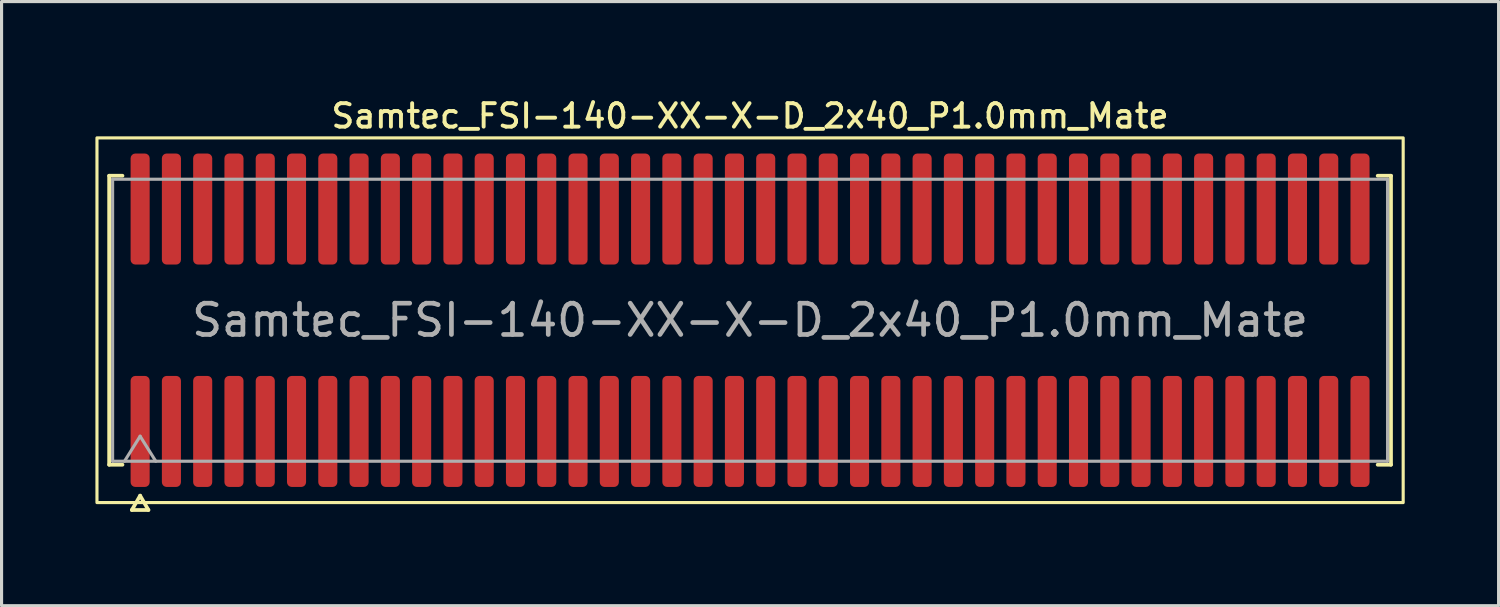
<source format=kicad_pcb>
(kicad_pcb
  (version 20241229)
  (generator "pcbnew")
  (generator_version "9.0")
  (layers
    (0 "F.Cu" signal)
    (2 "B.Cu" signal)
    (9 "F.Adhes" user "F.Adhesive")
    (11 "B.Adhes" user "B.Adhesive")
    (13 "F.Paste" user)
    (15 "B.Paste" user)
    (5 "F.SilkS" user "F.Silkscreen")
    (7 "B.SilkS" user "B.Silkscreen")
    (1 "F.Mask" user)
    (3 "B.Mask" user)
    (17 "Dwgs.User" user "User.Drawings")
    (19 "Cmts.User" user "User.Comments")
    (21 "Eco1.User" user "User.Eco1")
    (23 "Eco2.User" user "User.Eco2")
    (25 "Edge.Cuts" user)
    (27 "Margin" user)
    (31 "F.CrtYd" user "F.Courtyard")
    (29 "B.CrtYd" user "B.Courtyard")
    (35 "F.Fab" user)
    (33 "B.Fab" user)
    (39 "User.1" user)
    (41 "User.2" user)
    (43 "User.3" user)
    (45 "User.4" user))
  (footprint "Samtec_FSI-140-XX-X-D_2x40_P1.0mm_Mate"
    (layer "F.Cu")
    (at 20.93 7.188)
    (property "Reference" "Samtec_FSI-140-XX-X-D_2x40_P1.0mm_Mate" (at 0 -6.53 0) (layer "F.SilkS") (effects (font (size 0.75 0.75) (thickness 0.125))))
    (attr exclude_from_pos_files exclude_from_bom)
    (fp_line (start -20.49 -4.619) (end -20.065 -4.619) (stroke (width 0.12) (type solid)) (layer "F.SilkS"))
    (fp_line (start -20.49 4.619) (end -20.49 -4.619) (stroke (width 0.12) (type solid)) (layer "F.SilkS"))
    (fp_line (start -20.065 4.619) (end -20.49 4.619) (stroke (width 0.12) (type solid)) (layer "F.SilkS"))
    (fp_line (start -19.764 6.066) (end -19.5 5.609) (stroke (width 0.12) (type solid)) (layer "F.SilkS"))
    (fp_line (start -19.5 5.609) (end -19.236 6.066) (stroke (width 0.12) (type solid)) (layer "F.SilkS"))
    (fp_line (start -19.236 6.066) (end -19.764 6.066) (stroke (width 0.12) (type solid)) (layer "F.SilkS"))
    (fp_line (start 20.065 -4.619) (end 20.49 -4.619) (stroke (width 0.12) (type solid)) (layer "F.SilkS"))
    (fp_line (start 20.49 -4.619) (end 20.49 4.619) (stroke (width 0.12) (type solid)) (layer "F.SilkS"))
    (fp_line (start 20.49 4.619) (end 20.065 4.619) (stroke (width 0.12) (type solid)) (layer "F.SilkS"))
    (fp_rect (start -20.88 -5.83) (end 20.88 5.83) (stroke (width 0.1) (type solid)) (fill no) (layer "F.SilkS"))
    (fp_line (start -20.38 -4.508) (end 20.38 -4.508) (stroke (width 0.1) (type solid)) (layer "F.Fab"))
    (fp_line (start -20.38 4.508) (end -20.38 -4.508) (stroke (width 0.1) (type solid)) (layer "F.Fab"))
    (fp_line (start -20 4.508) (end -19.5 3.708) (stroke (width 0.1) (type solid)) (layer "F.Fab"))
    (fp_line (start -19.5 3.708) (end -19 4.508) (stroke (width 0.1) (type solid)) (layer "F.Fab"))
    (fp_line (start 20.38 -4.508) (end 20.38 4.508) (stroke (width 0.1) (type solid)) (layer "F.Fab"))
    (fp_line (start 20.38 4.508) (end -20.38 4.508) (stroke (width 0.1) (type solid)) (layer "F.Fab"))
    (fp_text user "${REFERENCE}" (at 0 0 0) (layer "F.Fab") (effects (font (size 1 1) (thickness 0.15))))
    (pad "1" smd roundrect (at -19.5 3.555) (size 0.61 3.55) (layers "F.Cu" "F.Mask") (roundrect_rratio 0.25))
    (pad "2" smd roundrect (at -19.5 -3.555) (size 0.61 3.55) (layers "F.Cu" "F.Mask") (roundrect_rratio 0.25))
    (pad "3" smd roundrect (at -18.5 3.555) (size 0.61 3.55) (layers "F.Cu" "F.Mask") (roundrect_rratio 0.25))
    (pad "4" smd roundrect (at -18.5 -3.555) (size 0.61 3.55) (layers "F.Cu" "F.Mask") (roundrect_rratio 0.25))
    (pad "5" smd roundrect (at -17.5 3.555) (size 0.61 3.55) (layers "F.Cu" "F.Mask") (roundrect_rratio 0.25))
    (pad "6" smd roundrect (at -17.5 -3.555) (size 0.61 3.55) (layers "F.Cu" "F.Mask") (roundrect_rratio 0.25))
    (pad "7" smd roundrect (at -16.5 3.555) (size 0.61 3.55) (layers "F.Cu" "F.Mask") (roundrect_rratio 0.25))
    (pad "8" smd roundrect (at -16.5 -3.555) (size 0.61 3.55) (layers "F.Cu" "F.Mask") (roundrect_rratio 0.25))
    (pad "9" smd roundrect (at -15.5 3.555) (size 0.61 3.55) (layers "F.Cu" "F.Mask") (roundrect_rratio 0.25))
    (pad "10" smd roundrect (at -15.5 -3.555) (size 0.61 3.55) (layers "F.Cu" "F.Mask") (roundrect_rratio 0.25))
    (pad "11" smd roundrect (at -14.5 3.555) (size 0.61 3.55) (layers "F.Cu" "F.Mask") (roundrect_rratio 0.25))
    (pad "12" smd roundrect (at -14.5 -3.555) (size 0.61 3.55) (layers "F.Cu" "F.Mask") (roundrect_rratio 0.25))
    (pad "13" smd roundrect (at -13.5 3.555) (size 0.61 3.55) (layers "F.Cu" "F.Mask") (roundrect_rratio 0.25))
    (pad "14" smd roundrect (at -13.5 -3.555) (size 0.61 3.55) (layers "F.Cu" "F.Mask") (roundrect_rratio 0.25))
    (pad "15" smd roundrect (at -12.5 3.555) (size 0.61 3.55) (layers "F.Cu" "F.Mask") (roundrect_rratio 0.25))
    (pad "16" smd roundrect (at -12.5 -3.555) (size 0.61 3.55) (layers "F.Cu" "F.Mask") (roundrect_rratio 0.25))
    (pad "17" smd roundrect (at -11.5 3.555) (size 0.61 3.55) (layers "F.Cu" "F.Mask") (roundrect_rratio 0.25))
    (pad "18" smd roundrect (at -11.5 -3.555) (size 0.61 3.55) (layers "F.Cu" "F.Mask") (roundrect_rratio 0.25))
    (pad "19" smd roundrect (at -10.5 3.555) (size 0.61 3.55) (layers "F.Cu" "F.Mask") (roundrect_rratio 0.25))
    (pad "20" smd roundrect (at -10.5 -3.555) (size 0.61 3.55) (layers "F.Cu" "F.Mask") (roundrect_rratio 0.25))
    (pad "21" smd roundrect (at -9.5 3.555) (size 0.61 3.55) (layers "F.Cu" "F.Mask") (roundrect_rratio 0.25))
    (pad "22" smd roundrect (at -9.5 -3.555) (size 0.61 3.55) (layers "F.Cu" "F.Mask") (roundrect_rratio 0.25))
    (pad "23" smd roundrect (at -8.5 3.555) (size 0.61 3.55) (layers "F.Cu" "F.Mask") (roundrect_rratio 0.25))
    (pad "24" smd roundrect (at -8.5 -3.555) (size 0.61 3.55) (layers "F.Cu" "F.Mask") (roundrect_rratio 0.25))
    (pad "25" smd roundrect (at -7.5 3.555) (size 0.61 3.55) (layers "F.Cu" "F.Mask") (roundrect_rratio 0.25))
    (pad "26" smd roundrect (at -7.5 -3.555) (size 0.61 3.55) (layers "F.Cu" "F.Mask") (roundrect_rratio 0.25))
    (pad "27" smd roundrect (at -6.5 3.555) (size 0.61 3.55) (layers "F.Cu" "F.Mask") (roundrect_rratio 0.25))
    (pad "28" smd roundrect (at -6.5 -3.555) (size 0.61 3.55) (layers "F.Cu" "F.Mask") (roundrect_rratio 0.25))
    (pad "29" smd roundrect (at -5.5 3.555) (size 0.61 3.55) (layers "F.Cu" "F.Mask") (roundrect_rratio 0.25))
    (pad "30" smd roundrect (at -5.5 -3.555) (size 0.61 3.55) (layers "F.Cu" "F.Mask") (roundrect_rratio 0.25))
    (pad "31" smd roundrect (at -4.5 3.555) (size 0.61 3.55) (layers "F.Cu" "F.Mask") (roundrect_rratio 0.25))
    (pad "32" smd roundrect (at -4.5 -3.555) (size 0.61 3.55) (layers "F.Cu" "F.Mask") (roundrect_rratio 0.25))
    (pad "33" smd roundrect (at -3.5 3.555) (size 0.61 3.55) (layers "F.Cu" "F.Mask") (roundrect_rratio 0.25))
    (pad "34" smd roundrect (at -3.5 -3.555) (size 0.61 3.55) (layers "F.Cu" "F.Mask") (roundrect_rratio 0.25))
    (pad "35" smd roundrect (at -2.5 3.555) (size 0.61 3.55) (layers "F.Cu" "F.Mask") (roundrect_rratio 0.25))
    (pad "36" smd roundrect (at -2.5 -3.555) (size 0.61 3.55) (layers "F.Cu" "F.Mask") (roundrect_rratio 0.25))
    (pad "37" smd roundrect (at -1.5 3.555) (size 0.61 3.55) (layers "F.Cu" "F.Mask") (roundrect_rratio 0.25))
    (pad "38" smd roundrect (at -1.5 -3.555) (size 0.61 3.55) (layers "F.Cu" "F.Mask") (roundrect_rratio 0.25))
    (pad "39" smd roundrect (at -0.5 3.555) (size 0.61 3.55) (layers "F.Cu" "F.Mask") (roundrect_rratio 0.25))
    (pad "40" smd roundrect (at -0.5 -3.555) (size 0.61 3.55) (layers "F.Cu" "F.Mask") (roundrect_rratio 0.25))
    (pad "41" smd roundrect (at 0.5 3.555) (size 0.61 3.55) (layers "F.Cu" "F.Mask") (roundrect_rratio 0.25))
    (pad "42" smd roundrect (at 0.5 -3.555) (size 0.61 3.55) (layers "F.Cu" "F.Mask") (roundrect_rratio 0.25))
    (pad "43" smd roundrect (at 1.5 3.555) (size 0.61 3.55) (layers "F.Cu" "F.Mask") (roundrect_rratio 0.25))
    (pad "44" smd roundrect (at 1.5 -3.555) (size 0.61 3.55) (layers "F.Cu" "F.Mask") (roundrect_rratio 0.25))
    (pad "45" smd roundrect (at 2.5 3.555) (size 0.61 3.55) (layers "F.Cu" "F.Mask") (roundrect_rratio 0.25))
    (pad "46" smd roundrect (at 2.5 -3.555) (size 0.61 3.55) (layers "F.Cu" "F.Mask") (roundrect_rratio 0.25))
    (pad "47" smd roundrect (at 3.5 3.555) (size 0.61 3.55) (layers "F.Cu" "F.Mask") (roundrect_rratio 0.25))
    (pad "48" smd roundrect (at 3.5 -3.555) (size 0.61 3.55) (layers "F.Cu" "F.Mask") (roundrect_rratio 0.25))
    (pad "49" smd roundrect (at 4.5 3.555) (size 0.61 3.55) (layers "F.Cu" "F.Mask") (roundrect_rratio 0.25))
    (pad "50" smd roundrect (at 4.5 -3.555) (size 0.61 3.55) (layers "F.Cu" "F.Mask") (roundrect_rratio 0.25))
    (pad "51" smd roundrect (at 5.5 3.555) (size 0.61 3.55) (layers "F.Cu" "F.Mask") (roundrect_rratio 0.25))
    (pad "52" smd roundrect (at 5.5 -3.555) (size 0.61 3.55) (layers "F.Cu" "F.Mask") (roundrect_rratio 0.25))
    (pad "53" smd roundrect (at 6.5 3.555) (size 0.61 3.55) (layers "F.Cu" "F.Mask") (roundrect_rratio 0.25))
    (pad "54" smd roundrect (at 6.5 -3.555) (size 0.61 3.55) (layers "F.Cu" "F.Mask") (roundrect_rratio 0.25))
    (pad "55" smd roundrect (at 7.5 3.555) (size 0.61 3.55) (layers "F.Cu" "F.Mask") (roundrect_rratio 0.25))
    (pad "56" smd roundrect (at 7.5 -3.555) (size 0.61 3.55) (layers "F.Cu" "F.Mask") (roundrect_rratio 0.25))
    (pad "57" smd roundrect (at 8.5 3.555) (size 0.61 3.55) (layers "F.Cu" "F.Mask") (roundrect_rratio 0.25))
    (pad "58" smd roundrect (at 8.5 -3.555) (size 0.61 3.55) (layers "F.Cu" "F.Mask") (roundrect_rratio 0.25))
    (pad "59" smd roundrect (at 9.5 3.555) (size 0.61 3.55) (layers "F.Cu" "F.Mask") (roundrect_rratio 0.25))
    (pad "60" smd roundrect (at 9.5 -3.555) (size 0.61 3.55) (layers "F.Cu" "F.Mask") (roundrect_rratio 0.25))
    (pad "61" smd roundrect (at 10.5 3.555) (size 0.61 3.55) (layers "F.Cu" "F.Mask") (roundrect_rratio 0.25))
    (pad "62" smd roundrect (at 10.5 -3.555) (size 0.61 3.55) (layers "F.Cu" "F.Mask") (roundrect_rratio 0.25))
    (pad "63" smd roundrect (at 11.5 3.555) (size 0.61 3.55) (layers "F.Cu" "F.Mask") (roundrect_rratio 0.25))
    (pad "64" smd roundrect (at 11.5 -3.555) (size 0.61 3.55) (layers "F.Cu" "F.Mask") (roundrect_rratio 0.25))
    (pad "65" smd roundrect (at 12.5 3.555) (size 0.61 3.55) (layers "F.Cu" "F.Mask") (roundrect_rratio 0.25))
    (pad "66" smd roundrect (at 12.5 -3.555) (size 0.61 3.55) (layers "F.Cu" "F.Mask") (roundrect_rratio 0.25))
    (pad "67" smd roundrect (at 13.5 3.555) (size 0.61 3.55) (layers "F.Cu" "F.Mask") (roundrect_rratio 0.25))
    (pad "68" smd roundrect (at 13.5 -3.555) (size 0.61 3.55) (layers "F.Cu" "F.Mask") (roundrect_rratio 0.25))
    (pad "69" smd roundrect (at 14.5 3.555) (size 0.61 3.55) (layers "F.Cu" "F.Mask") (roundrect_rratio 0.25))
    (pad "70" smd roundrect (at 14.5 -3.555) (size 0.61 3.55) (layers "F.Cu" "F.Mask") (roundrect_rratio 0.25))
    (pad "71" smd roundrect (at 15.5 3.555) (size 0.61 3.55) (layers "F.Cu" "F.Mask") (roundrect_rratio 0.25))
    (pad "72" smd roundrect (at 15.5 -3.555) (size 0.61 3.55) (layers "F.Cu" "F.Mask") (roundrect_rratio 0.25))
    (pad "73" smd roundrect (at 16.5 3.555) (size 0.61 3.55) (layers "F.Cu" "F.Mask") (roundrect_rratio 0.25))
    (pad "74" smd roundrect (at 16.5 -3.555) (size 0.61 3.55) (layers "F.Cu" "F.Mask") (roundrect_rratio 0.25))
    (pad "75" smd roundrect (at 17.5 3.555) (size 0.61 3.55) (layers "F.Cu" "F.Mask") (roundrect_rratio 0.25))
    (pad "76" smd roundrect (at 17.5 -3.555) (size 0.61 3.55) (layers "F.Cu" "F.Mask") (roundrect_rratio 0.25))
    (pad "77" smd roundrect (at 18.5 3.555) (size 0.61 3.55) (layers "F.Cu" "F.Mask") (roundrect_rratio 0.25))
    (pad "78" smd roundrect (at 18.5 -3.555) (size 0.61 3.55) (layers "F.Cu" "F.Mask") (roundrect_rratio 0.25))
    (pad "79" smd roundrect (at 19.5 3.555) (size 0.61 3.55) (layers "F.Cu" "F.Mask") (roundrect_rratio 0.25))
    (pad "80" smd roundrect (at 19.5 -3.555) (size 0.61 3.55) (layers "F.Cu" "F.Mask") (roundrect_rratio 0.25)))
  (gr_rect
    (start -3 -3)
    (end 44.86 16.314)
    (stroke (width 0.1) (type default))
    (fill no)
    (layer "Edge.Cuts")))
</source>
